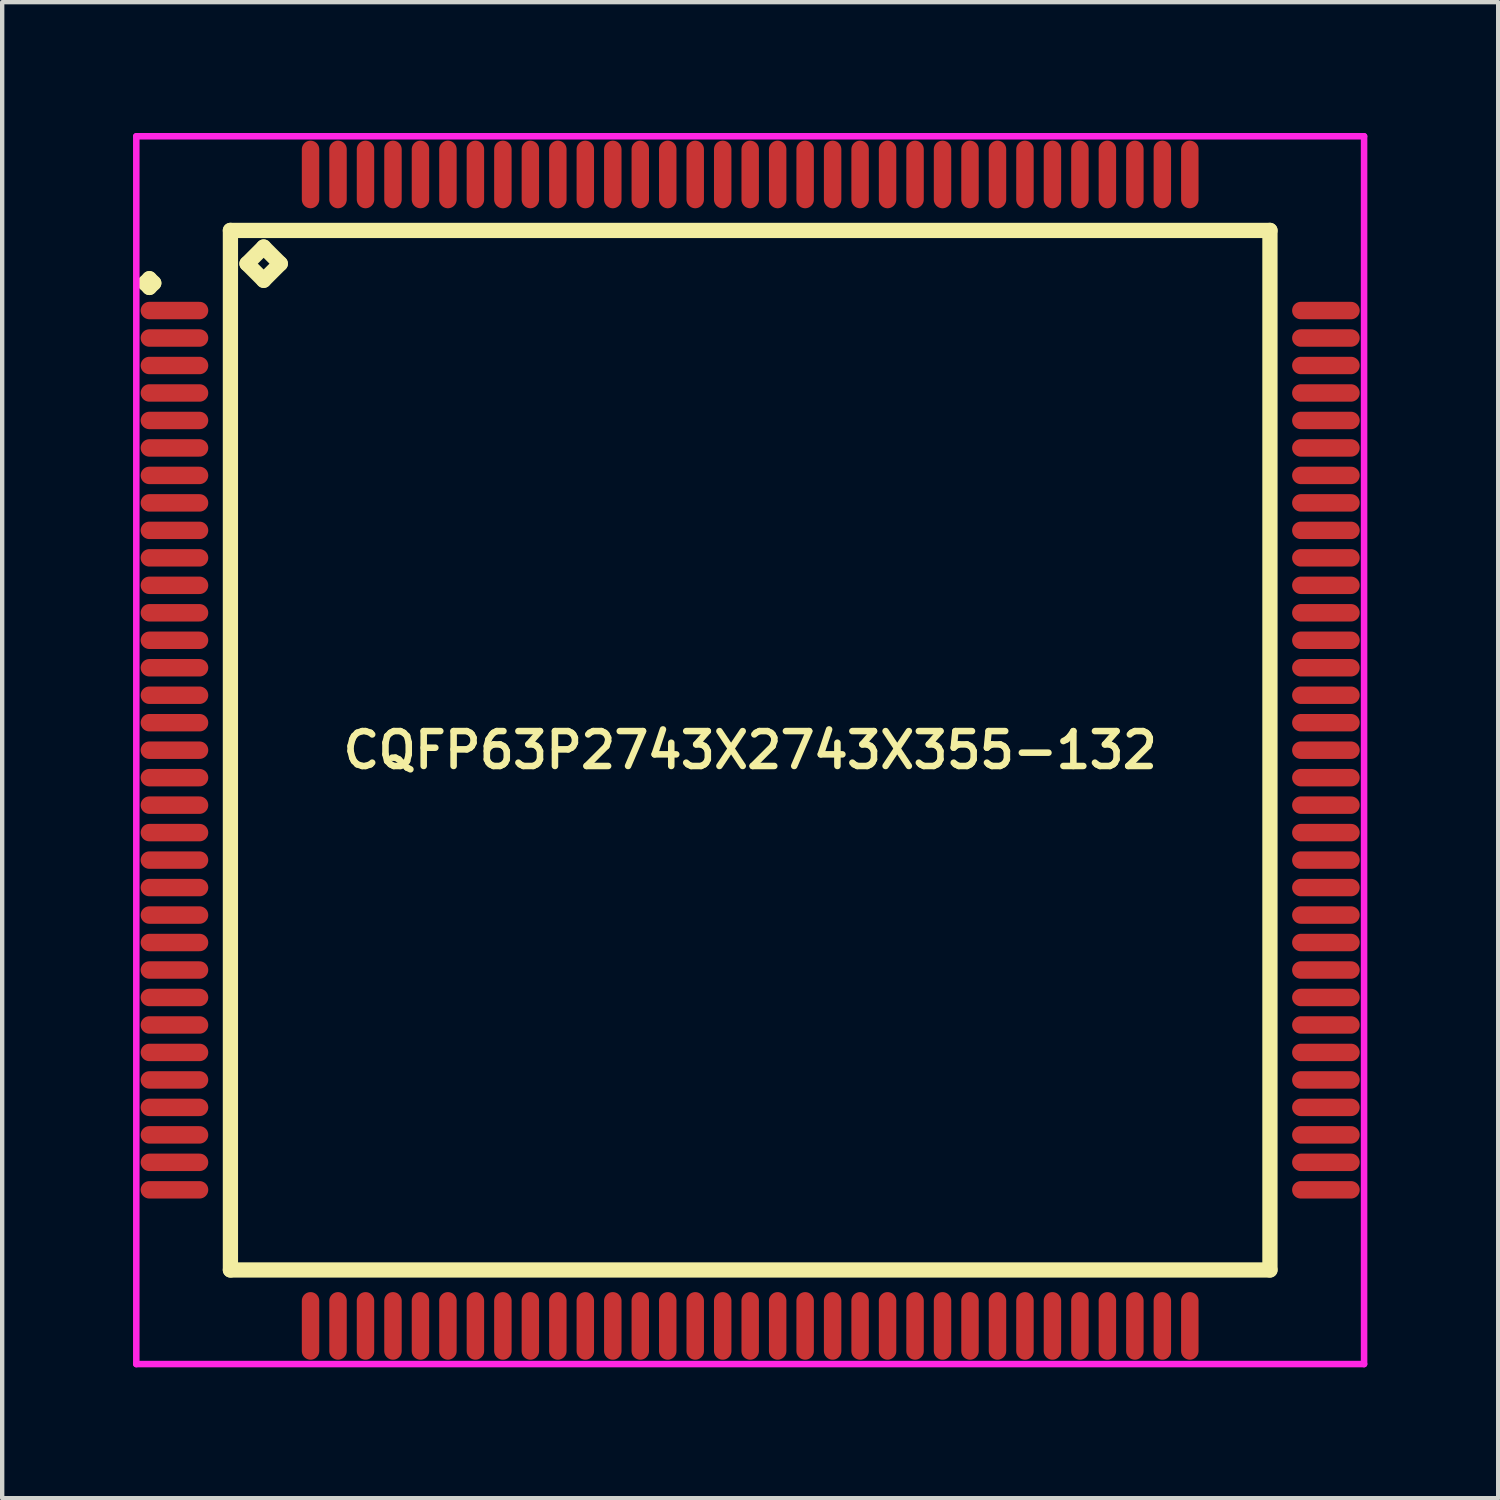
<source format=kicad_pcb>
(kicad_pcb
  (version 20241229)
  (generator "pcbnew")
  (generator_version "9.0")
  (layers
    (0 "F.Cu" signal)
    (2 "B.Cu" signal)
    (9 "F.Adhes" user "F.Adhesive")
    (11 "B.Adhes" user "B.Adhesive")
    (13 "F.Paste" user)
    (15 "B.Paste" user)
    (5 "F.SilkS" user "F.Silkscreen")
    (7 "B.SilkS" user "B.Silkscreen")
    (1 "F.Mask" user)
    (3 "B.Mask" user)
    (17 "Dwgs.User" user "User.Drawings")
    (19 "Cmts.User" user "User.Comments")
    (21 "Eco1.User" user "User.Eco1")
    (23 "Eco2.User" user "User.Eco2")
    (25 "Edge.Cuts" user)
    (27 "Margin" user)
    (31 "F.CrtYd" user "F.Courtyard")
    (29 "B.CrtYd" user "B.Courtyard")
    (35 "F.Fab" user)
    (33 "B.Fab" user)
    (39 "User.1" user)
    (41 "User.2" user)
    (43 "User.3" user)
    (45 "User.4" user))
  (footprint "CQFP63P2743X2743X355-132"
    (layer "F.Cu")
    (at 14.15 14.15)
    (property "Reference" "CQFP63P2743X2743X355-132" (at 0 0 0) (layer "F.SilkS") (effects (font (size 0.8 0.8) (thickness 0.15))))
    (attr smd)
    (fp_line (start -13.875 -10.71) (end -13.775 -10.81) (stroke (width 0.35) (type solid)) (layer "F.SilkS"))
    (fp_line (start -13.775 -10.81) (end -13.675 -10.71) (stroke (width 0.35) (type solid)) (layer "F.SilkS"))
    (fp_line (start -13.775 -10.61) (end -13.875 -10.71) (stroke (width 0.35) (type solid)) (layer "F.SilkS"))
    (fp_line (start -13.675 -10.71) (end -13.775 -10.61) (stroke (width 0.35) (type solid)) (layer "F.SilkS"))
    (fp_line (start -11.917 -11.917) (end -11.917 11.917) (stroke (width 0.35) (type solid)) (layer "F.SilkS"))
    (fp_line (start -11.917 11.917) (end 11.917 11.917) (stroke (width 0.35) (type solid)) (layer "F.SilkS"))
    (fp_line (start -11.536 -11.155) (end -11.155 -11.536) (stroke (width 0.35) (type solid)) (layer "F.SilkS"))
    (fp_line (start -11.155 -11.536) (end -10.774 -11.155) (stroke (width 0.35) (type solid)) (layer "F.SilkS"))
    (fp_line (start -11.155 -10.774) (end -11.536 -11.155) (stroke (width 0.35) (type solid)) (layer "F.SilkS"))
    (fp_line (start -10.774 -11.155) (end -11.155 -10.774) (stroke (width 0.35) (type solid)) (layer "F.SilkS"))
    (fp_line (start 11.917 -11.917) (end -11.917 -11.917) (stroke (width 0.35) (type solid)) (layer "F.SilkS"))
    (fp_line (start 11.917 11.917) (end 11.917 -11.917) (stroke (width 0.35) (type solid)) (layer "F.SilkS"))
    (fp_line (start -14.075 -14.075) (end 14.075 -14.075) (stroke (width 0.15) (type solid)) (layer "F.CrtYd"))
    (fp_line (start -14.075 14.075) (end -14.075 -14.075) (stroke (width 0.15) (type solid)) (layer "F.CrtYd"))
    (fp_line (start 14.075 -14.075) (end 14.075 14.075) (stroke (width 0.15) (type solid)) (layer "F.CrtYd"))
    (fp_line (start 14.075 14.075) (end -14.075 14.075) (stroke (width 0.15) (type solid)) (layer "F.CrtYd"))
    (pad "1" smd oval (at -13.2 -10.08) (size 1.55 0.4) (layers "F.Cu" "F.Mask" "F.Paste"))
    (pad "2" smd oval (at -13.2 -9.45) (size 1.55 0.4) (layers "F.Cu" "F.Mask" "F.Paste"))
    (pad "3" smd oval (at -13.2 -8.82) (size 1.55 0.4) (layers "F.Cu" "F.Mask" "F.Paste"))
    (pad "4" smd oval (at -13.2 -8.19) (size 1.55 0.4) (layers "F.Cu" "F.Mask" "F.Paste"))
    (pad "5" smd oval (at -13.2 -7.56) (size 1.55 0.4) (layers "F.Cu" "F.Mask" "F.Paste"))
    (pad "6" smd oval (at -13.2 -6.93) (size 1.55 0.4) (layers "F.Cu" "F.Mask" "F.Paste"))
    (pad "7" smd oval (at -13.2 -6.3) (size 1.55 0.4) (layers "F.Cu" "F.Mask" "F.Paste"))
    (pad "8" smd oval (at -13.2 -5.67) (size 1.55 0.4) (layers "F.Cu" "F.Mask" "F.Paste"))
    (pad "9" smd oval (at -13.2 -5.04) (size 1.55 0.4) (layers "F.Cu" "F.Mask" "F.Paste"))
    (pad "10" smd oval (at -13.2 -4.41) (size 1.55 0.4) (layers "F.Cu" "F.Mask" "F.Paste"))
    (pad "11" smd oval (at -13.2 -3.78) (size 1.55 0.4) (layers "F.Cu" "F.Mask" "F.Paste"))
    (pad "12" smd oval (at -13.2 -3.15) (size 1.55 0.4) (layers "F.Cu" "F.Mask" "F.Paste"))
    (pad "13" smd oval (at -13.2 -2.52) (size 1.55 0.4) (layers "F.Cu" "F.Mask" "F.Paste"))
    (pad "14" smd oval (at -13.2 -1.89) (size 1.55 0.4) (layers "F.Cu" "F.Mask" "F.Paste"))
    (pad "15" smd oval (at -13.2 -1.26) (size 1.55 0.4) (layers "F.Cu" "F.Mask" "F.Paste"))
    (pad "16" smd oval (at -13.2 -0.63) (size 1.55 0.4) (layers "F.Cu" "F.Mask" "F.Paste"))
    (pad "17" smd oval (at -13.2 0) (size 1.55 0.4) (layers "F.Cu" "F.Mask" "F.Paste"))
    (pad "18" smd oval (at -13.2 0.63) (size 1.55 0.4) (layers "F.Cu" "F.Mask" "F.Paste"))
    (pad "19" smd oval (at -13.2 1.26) (size 1.55 0.4) (layers "F.Cu" "F.Mask" "F.Paste"))
    (pad "20" smd oval (at -13.2 1.89) (size 1.55 0.4) (layers "F.Cu" "F.Mask" "F.Paste"))
    (pad "21" smd oval (at -13.2 2.52) (size 1.55 0.4) (layers "F.Cu" "F.Mask" "F.Paste"))
    (pad "22" smd oval (at -13.2 3.15) (size 1.55 0.4) (layers "F.Cu" "F.Mask" "F.Paste"))
    (pad "23" smd oval (at -13.2 3.78) (size 1.55 0.4) (layers "F.Cu" "F.Mask" "F.Paste"))
    (pad "24" smd oval (at -13.2 4.41) (size 1.55 0.4) (layers "F.Cu" "F.Mask" "F.Paste"))
    (pad "25" smd oval (at -13.2 5.04) (size 1.55 0.4) (layers "F.Cu" "F.Mask" "F.Paste"))
    (pad "26" smd oval (at -13.2 5.67) (size 1.55 0.4) (layers "F.Cu" "F.Mask" "F.Paste"))
    (pad "27" smd oval (at -13.2 6.3) (size 1.55 0.4) (layers "F.Cu" "F.Mask" "F.Paste"))
    (pad "28" smd oval (at -13.2 6.93) (size 1.55 0.4) (layers "F.Cu" "F.Mask" "F.Paste"))
    (pad "29" smd oval (at -13.2 7.56) (size 1.55 0.4) (layers "F.Cu" "F.Mask" "F.Paste"))
    (pad "30" smd oval (at -13.2 8.19) (size 1.55 0.4) (layers "F.Cu" "F.Mask" "F.Paste"))
    (pad "31" smd oval (at -13.2 8.82) (size 1.55 0.4) (layers "F.Cu" "F.Mask" "F.Paste"))
    (pad "32" smd oval (at -13.2 9.45) (size 1.55 0.4) (layers "F.Cu" "F.Mask" "F.Paste"))
    (pad "33" smd oval (at -13.2 10.08) (size 1.55 0.4) (layers "F.Cu" "F.Mask" "F.Paste"))
    (pad "34" smd oval (at -10.08 13.2) (size 0.4 1.55) (layers "F.Cu" "F.Mask" "F.Paste"))
    (pad "35" smd oval (at -9.45 13.2) (size 0.4 1.55) (layers "F.Cu" "F.Mask" "F.Paste"))
    (pad "36" smd oval (at -8.82 13.2) (size 0.4 1.55) (layers "F.Cu" "F.Mask" "F.Paste"))
    (pad "37" smd oval (at -8.19 13.2) (size 0.4 1.55) (layers "F.Cu" "F.Mask" "F.Paste"))
    (pad "38" smd oval (at -7.56 13.2) (size 0.4 1.55) (layers "F.Cu" "F.Mask" "F.Paste"))
    (pad "39" smd oval (at -6.93 13.2) (size 0.4 1.55) (layers "F.Cu" "F.Mask" "F.Paste"))
    (pad "40" smd oval (at -6.3 13.2) (size 0.4 1.55) (layers "F.Cu" "F.Mask" "F.Paste"))
    (pad "41" smd oval (at -5.67 13.2) (size 0.4 1.55) (layers "F.Cu" "F.Mask" "F.Paste"))
    (pad "42" smd oval (at -5.04 13.2) (size 0.4 1.55) (layers "F.Cu" "F.Mask" "F.Paste"))
    (pad "43" smd oval (at -4.41 13.2) (size 0.4 1.55) (layers "F.Cu" "F.Mask" "F.Paste"))
    (pad "44" smd oval (at -3.78 13.2) (size 0.4 1.55) (layers "F.Cu" "F.Mask" "F.Paste"))
    (pad "45" smd oval (at -3.15 13.2) (size 0.4 1.55) (layers "F.Cu" "F.Mask" "F.Paste"))
    (pad "46" smd oval (at -2.52 13.2) (size 0.4 1.55) (layers "F.Cu" "F.Mask" "F.Paste"))
    (pad "47" smd oval (at -1.89 13.2) (size 0.4 1.55) (layers "F.Cu" "F.Mask" "F.Paste"))
    (pad "48" smd oval (at -1.26 13.2) (size 0.4 1.55) (layers "F.Cu" "F.Mask" "F.Paste"))
    (pad "49" smd oval (at -0.63 13.2) (size 0.4 1.55) (layers "F.Cu" "F.Mask" "F.Paste"))
    (pad "50" smd oval (at 0 13.2) (size 0.4 1.55) (layers "F.Cu" "F.Mask" "F.Paste"))
    (pad "51" smd oval (at 0.63 13.2) (size 0.4 1.55) (layers "F.Cu" "F.Mask" "F.Paste"))
    (pad "52" smd oval (at 1.26 13.2) (size 0.4 1.55) (layers "F.Cu" "F.Mask" "F.Paste"))
    (pad "53" smd oval (at 1.89 13.2) (size 0.4 1.55) (layers "F.Cu" "F.Mask" "F.Paste"))
    (pad "54" smd oval (at 2.52 13.2) (size 0.4 1.55) (layers "F.Cu" "F.Mask" "F.Paste"))
    (pad "55" smd oval (at 3.15 13.2) (size 0.4 1.55) (layers "F.Cu" "F.Mask" "F.Paste"))
    (pad "56" smd oval (at 3.78 13.2) (size 0.4 1.55) (layers "F.Cu" "F.Mask" "F.Paste"))
    (pad "57" smd oval (at 4.41 13.2) (size 0.4 1.55) (layers "F.Cu" "F.Mask" "F.Paste"))
    (pad "58" smd oval (at 5.04 13.2) (size 0.4 1.55) (layers "F.Cu" "F.Mask" "F.Paste"))
    (pad "59" smd oval (at 5.67 13.2) (size 0.4 1.55) (layers "F.Cu" "F.Mask" "F.Paste"))
    (pad "60" smd oval (at 6.3 13.2) (size 0.4 1.55) (layers "F.Cu" "F.Mask" "F.Paste"))
    (pad "61" smd oval (at 6.93 13.2) (size 0.4 1.55) (layers "F.Cu" "F.Mask" "F.Paste"))
    (pad "62" smd oval (at 7.56 13.2) (size 0.4 1.55) (layers "F.Cu" "F.Mask" "F.Paste"))
    (pad "63" smd oval (at 8.19 13.2) (size 0.4 1.55) (layers "F.Cu" "F.Mask" "F.Paste"))
    (pad "64" smd oval (at 8.82 13.2) (size 0.4 1.55) (layers "F.Cu" "F.Mask" "F.Paste"))
    (pad "65" smd oval (at 9.45 13.2) (size 0.4 1.55) (layers "F.Cu" "F.Mask" "F.Paste"))
    (pad "66" smd oval (at 10.08 13.2) (size 0.4 1.55) (layers "F.Cu" "F.Mask" "F.Paste"))
    (pad "67" smd oval (at 13.2 10.08) (size 1.55 0.4) (layers "F.Cu" "F.Mask" "F.Paste"))
    (pad "68" smd oval (at 13.2 9.45) (size 1.55 0.4) (layers "F.Cu" "F.Mask" "F.Paste"))
    (pad "69" smd oval (at 13.2 8.82) (size 1.55 0.4) (layers "F.Cu" "F.Mask" "F.Paste"))
    (pad "70" smd oval (at 13.2 8.19) (size 1.55 0.4) (layers "F.Cu" "F.Mask" "F.Paste"))
    (pad "71" smd oval (at 13.2 7.56) (size 1.55 0.4) (layers "F.Cu" "F.Mask" "F.Paste"))
    (pad "72" smd oval (at 13.2 6.93) (size 1.55 0.4) (layers "F.Cu" "F.Mask" "F.Paste"))
    (pad "73" smd oval (at 13.2 6.3) (size 1.55 0.4) (layers "F.Cu" "F.Mask" "F.Paste"))
    (pad "74" smd oval (at 13.2 5.67) (size 1.55 0.4) (layers "F.Cu" "F.Mask" "F.Paste"))
    (pad "75" smd oval (at 13.2 5.04) (size 1.55 0.4) (layers "F.Cu" "F.Mask" "F.Paste"))
    (pad "76" smd oval (at 13.2 4.41) (size 1.55 0.4) (layers "F.Cu" "F.Mask" "F.Paste"))
    (pad "77" smd oval (at 13.2 3.78) (size 1.55 0.4) (layers "F.Cu" "F.Mask" "F.Paste"))
    (pad "78" smd oval (at 13.2 3.15) (size 1.55 0.4) (layers "F.Cu" "F.Mask" "F.Paste"))
    (pad "79" smd oval (at 13.2 2.52) (size 1.55 0.4) (layers "F.Cu" "F.Mask" "F.Paste"))
    (pad "80" smd oval (at 13.2 1.89) (size 1.55 0.4) (layers "F.Cu" "F.Mask" "F.Paste"))
    (pad "81" smd oval (at 13.2 1.26) (size 1.55 0.4) (layers "F.Cu" "F.Mask" "F.Paste"))
    (pad "82" smd oval (at 13.2 0.63) (size 1.55 0.4) (layers "F.Cu" "F.Mask" "F.Paste"))
    (pad "83" smd oval (at 13.2 0) (size 1.55 0.4) (layers "F.Cu" "F.Mask" "F.Paste"))
    (pad "84" smd oval (at 13.2 -0.63) (size 1.55 0.4) (layers "F.Cu" "F.Mask" "F.Paste"))
    (pad "85" smd oval (at 13.2 -1.26) (size 1.55 0.4) (layers "F.Cu" "F.Mask" "F.Paste"))
    (pad "86" smd oval (at 13.2 -1.89) (size 1.55 0.4) (layers "F.Cu" "F.Mask" "F.Paste"))
    (pad "87" smd oval (at 13.2 -2.52) (size 1.55 0.4) (layers "F.Cu" "F.Mask" "F.Paste"))
    (pad "88" smd oval (at 13.2 -3.15) (size 1.55 0.4) (layers "F.Cu" "F.Mask" "F.Paste"))
    (pad "89" smd oval (at 13.2 -3.78) (size 1.55 0.4) (layers "F.Cu" "F.Mask" "F.Paste"))
    (pad "90" smd oval (at 13.2 -4.41) (size 1.55 0.4) (layers "F.Cu" "F.Mask" "F.Paste"))
    (pad "91" smd oval (at 13.2 -5.04) (size 1.55 0.4) (layers "F.Cu" "F.Mask" "F.Paste"))
    (pad "92" smd oval (at 13.2 -5.67) (size 1.55 0.4) (layers "F.Cu" "F.Mask" "F.Paste"))
    (pad "93" smd oval (at 13.2 -6.3) (size 1.55 0.4) (layers "F.Cu" "F.Mask" "F.Paste"))
    (pad "94" smd oval (at 13.2 -6.93) (size 1.55 0.4) (layers "F.Cu" "F.Mask" "F.Paste"))
    (pad "95" smd oval (at 13.2 -7.56) (size 1.55 0.4) (layers "F.Cu" "F.Mask" "F.Paste"))
    (pad "96" smd oval (at 13.2 -8.19) (size 1.55 0.4) (layers "F.Cu" "F.Mask" "F.Paste"))
    (pad "97" smd oval (at 13.2 -8.82) (size 1.55 0.4) (layers "F.Cu" "F.Mask" "F.Paste"))
    (pad "98" smd oval (at 13.2 -9.45) (size 1.55 0.4) (layers "F.Cu" "F.Mask" "F.Paste"))
    (pad "99" smd oval (at 13.2 -10.08) (size 1.55 0.4) (layers "F.Cu" "F.Mask" "F.Paste"))
    (pad "100" smd oval (at 10.08 -13.2) (size 0.4 1.55) (layers "F.Cu" "F.Mask" "F.Paste"))
    (pad "101" smd oval (at 9.45 -13.2) (size 0.4 1.55) (layers "F.Cu" "F.Mask" "F.Paste"))
    (pad "102" smd oval (at 8.82 -13.2) (size 0.4 1.55) (layers "F.Cu" "F.Mask" "F.Paste"))
    (pad "103" smd oval (at 8.19 -13.2) (size 0.4 1.55) (layers "F.Cu" "F.Mask" "F.Paste"))
    (pad "104" smd oval (at 7.56 -13.2) (size 0.4 1.55) (layers "F.Cu" "F.Mask" "F.Paste"))
    (pad "105" smd oval (at 6.93 -13.2) (size 0.4 1.55) (layers "F.Cu" "F.Mask" "F.Paste"))
    (pad "106" smd oval (at 6.3 -13.2) (size 0.4 1.55) (layers "F.Cu" "F.Mask" "F.Paste"))
    (pad "107" smd oval (at 5.67 -13.2) (size 0.4 1.55) (layers "F.Cu" "F.Mask" "F.Paste"))
    (pad "108" smd oval (at 5.04 -13.2) (size 0.4 1.55) (layers "F.Cu" "F.Mask" "F.Paste"))
    (pad "109" smd oval (at 4.41 -13.2) (size 0.4 1.55) (layers "F.Cu" "F.Mask" "F.Paste"))
    (pad "110" smd oval (at 3.78 -13.2) (size 0.4 1.55) (layers "F.Cu" "F.Mask" "F.Paste"))
    (pad "111" smd oval (at 3.15 -13.2) (size 0.4 1.55) (layers "F.Cu" "F.Mask" "F.Paste"))
    (pad "112" smd oval (at 2.52 -13.2) (size 0.4 1.55) (layers "F.Cu" "F.Mask" "F.Paste"))
    (pad "113" smd oval (at 1.89 -13.2) (size 0.4 1.55) (layers "F.Cu" "F.Mask" "F.Paste"))
    (pad "114" smd oval (at 1.26 -13.2) (size 0.4 1.55) (layers "F.Cu" "F.Mask" "F.Paste"))
    (pad "115" smd oval (at 0.63 -13.2) (size 0.4 1.55) (layers "F.Cu" "F.Mask" "F.Paste"))
    (pad "116" smd oval (at 0 -13.2) (size 0.4 1.55) (layers "F.Cu" "F.Mask" "F.Paste"))
    (pad "117" smd oval (at -0.63 -13.2) (size 0.4 1.55) (layers "F.Cu" "F.Mask" "F.Paste"))
    (pad "118" smd oval (at -1.26 -13.2) (size 0.4 1.55) (layers "F.Cu" "F.Mask" "F.Paste"))
    (pad "119" smd oval (at -1.89 -13.2) (size 0.4 1.55) (layers "F.Cu" "F.Mask" "F.Paste"))
    (pad "120" smd oval (at -2.52 -13.2) (size 0.4 1.55) (layers "F.Cu" "F.Mask" "F.Paste"))
    (pad "121" smd oval (at -3.15 -13.2) (size 0.4 1.55) (layers "F.Cu" "F.Mask" "F.Paste"))
    (pad "122" smd oval (at -3.78 -13.2) (size 0.4 1.55) (layers "F.Cu" "F.Mask" "F.Paste"))
    (pad "123" smd oval (at -4.41 -13.2) (size 0.4 1.55) (layers "F.Cu" "F.Mask" "F.Paste"))
    (pad "124" smd oval (at -5.04 -13.2) (size 0.4 1.55) (layers "F.Cu" "F.Mask" "F.Paste"))
    (pad "125" smd oval (at -5.67 -13.2) (size 0.4 1.55) (layers "F.Cu" "F.Mask" "F.Paste"))
    (pad "126" smd oval (at -6.3 -13.2) (size 0.4 1.55) (layers "F.Cu" "F.Mask" "F.Paste"))
    (pad "127" smd oval (at -6.93 -13.2) (size 0.4 1.55) (layers "F.Cu" "F.Mask" "F.Paste"))
    (pad "128" smd oval (at -7.56 -13.2) (size 0.4 1.55) (layers "F.Cu" "F.Mask" "F.Paste"))
    (pad "129" smd oval (at -8.19 -13.2) (size 0.4 1.55) (layers "F.Cu" "F.Mask" "F.Paste"))
    (pad "130" smd oval (at -8.82 -13.2) (size 0.4 1.55) (layers "F.Cu" "F.Mask" "F.Paste"))
    (pad "131" smd oval (at -9.45 -13.2) (size 0.4 1.55) (layers "F.Cu" "F.Mask" "F.Paste"))
    (pad "132" smd oval (at -10.08 -13.2) (size 0.4 1.55) (layers "F.Cu" "F.Mask" "F.Paste")))
  (gr_rect
    (start -3 -3)
    (end 31.3 31.3)
    (stroke (width 0.1) (type default))
    (fill no)
    (layer "Edge.Cuts")))
</source>
